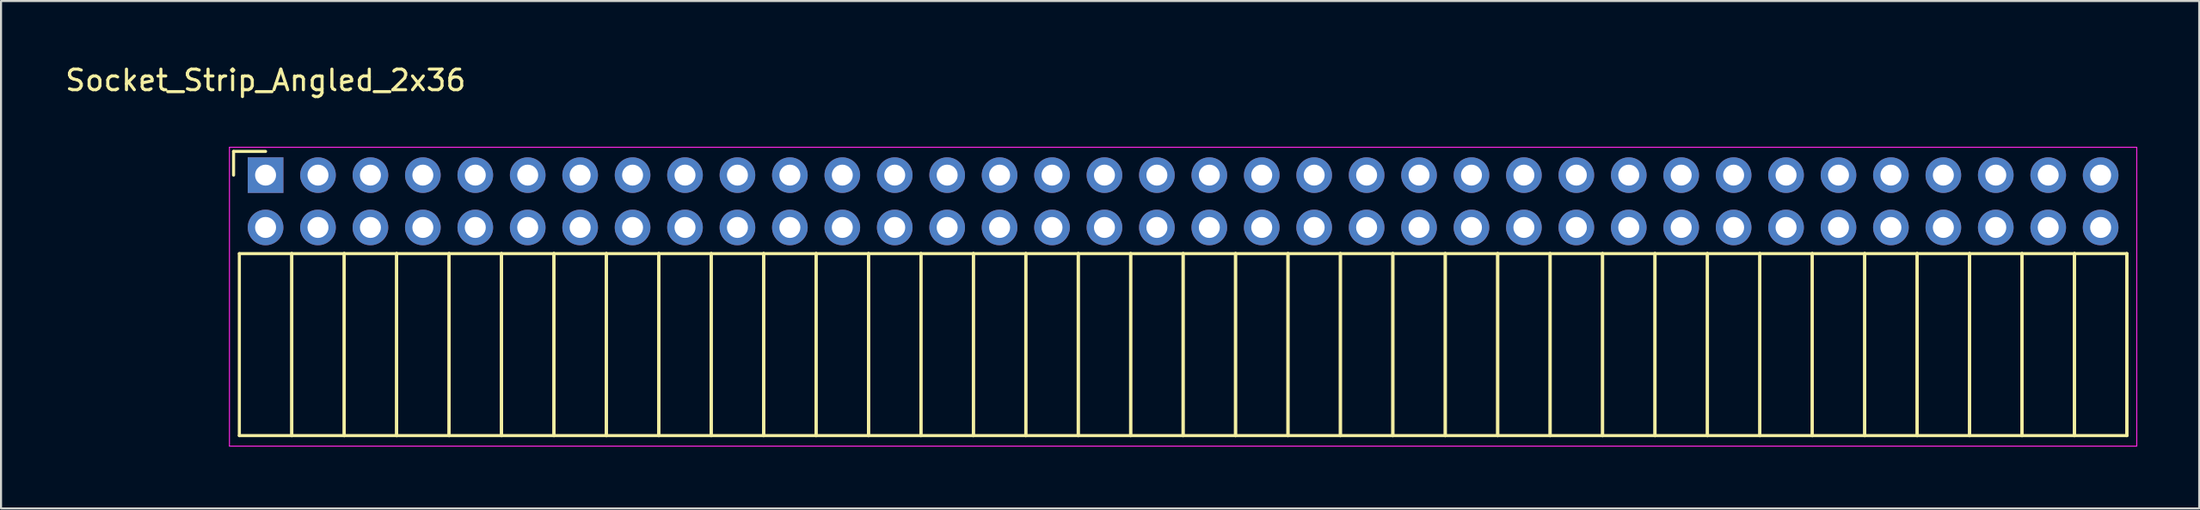
<source format=kicad_pcb>
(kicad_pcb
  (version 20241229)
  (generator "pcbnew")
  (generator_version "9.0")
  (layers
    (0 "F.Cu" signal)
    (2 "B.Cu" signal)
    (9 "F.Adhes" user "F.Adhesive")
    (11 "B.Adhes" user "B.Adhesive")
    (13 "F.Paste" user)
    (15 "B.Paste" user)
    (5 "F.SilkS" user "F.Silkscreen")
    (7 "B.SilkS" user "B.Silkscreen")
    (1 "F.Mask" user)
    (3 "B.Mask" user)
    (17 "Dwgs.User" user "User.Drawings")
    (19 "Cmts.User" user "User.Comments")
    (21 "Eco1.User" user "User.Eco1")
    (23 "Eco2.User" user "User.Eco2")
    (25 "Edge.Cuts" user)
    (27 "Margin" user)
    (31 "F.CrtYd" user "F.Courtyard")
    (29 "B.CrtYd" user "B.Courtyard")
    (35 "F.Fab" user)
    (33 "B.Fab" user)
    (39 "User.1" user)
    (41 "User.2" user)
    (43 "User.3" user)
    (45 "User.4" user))
  (footprint "Socket_Strip_Angled_2x36"
    (layer "F.Cu")
    (at 9.815 5.448)
    (property "Reference" "Socket_Strip_Angled_2x36" (at 0 -4.6 0) (layer "F.SilkS") (effects (font (size 1 1) (thickness 0.15))))
    (attr through_hole)
    (fp_line (start -1.55 -1.15) (end -1.55 0) (stroke (width 0.15) (type solid)) (layer "F.SilkS"))
    (fp_line (start -1.27 3.81) (end -1.27 12.64) (stroke (width 0.15) (type solid)) (layer "F.SilkS"))
    (fp_line (start -1.27 3.81) (end 1.27 3.81) (stroke (width 0.15) (type solid)) (layer "F.SilkS"))
    (fp_line (start -1.27 12.64) (end 1.27 12.64) (stroke (width 0.15) (type solid)) (layer "F.SilkS"))
    (fp_line (start 0 -1.15) (end -1.55 -1.15) (stroke (width 0.15) (type solid)) (layer "F.SilkS"))
    (fp_line (start 1.27 3.81) (end 1.27 12.64) (stroke (width 0.15) (type solid)) (layer "F.SilkS"))
    (fp_line (start 1.27 3.81) (end 3.81 3.81) (stroke (width 0.15) (type solid)) (layer "F.SilkS"))
    (fp_line (start 1.27 12.64) (end 1.27 3.81) (stroke (width 0.15) (type solid)) (layer "F.SilkS"))
    (fp_line (start 1.27 12.64) (end 3.81 12.64) (stroke (width 0.15) (type solid)) (layer "F.SilkS"))
    (fp_line (start 3.81 3.81) (end 3.81 12.64) (stroke (width 0.15) (type solid)) (layer "F.SilkS"))
    (fp_line (start 3.81 3.81) (end 6.35 3.81) (stroke (width 0.15) (type solid)) (layer "F.SilkS"))
    (fp_line (start 3.81 12.64) (end 3.81 3.81) (stroke (width 0.15) (type solid)) (layer "F.SilkS"))
    (fp_line (start 3.81 12.64) (end 6.35 12.64) (stroke (width 0.15) (type solid)) (layer "F.SilkS"))
    (fp_line (start 6.35 3.81) (end 6.35 12.64) (stroke (width 0.15) (type solid)) (layer "F.SilkS"))
    (fp_line (start 6.35 3.81) (end 8.89 3.81) (stroke (width 0.15) (type solid)) (layer "F.SilkS"))
    (fp_line (start 6.35 12.64) (end 6.35 3.81) (stroke (width 0.15) (type solid)) (layer "F.SilkS"))
    (fp_line (start 6.35 12.64) (end 8.89 12.64) (stroke (width 0.15) (type solid)) (layer "F.SilkS"))
    (fp_line (start 8.89 3.81) (end 8.89 12.64) (stroke (width 0.15) (type solid)) (layer "F.SilkS"))
    (fp_line (start 8.89 3.81) (end 11.43 3.81) (stroke (width 0.15) (type solid)) (layer "F.SilkS"))
    (fp_line (start 8.89 12.64) (end 8.89 3.81) (stroke (width 0.15) (type solid)) (layer "F.SilkS"))
    (fp_line (start 8.89 12.64) (end 11.43 12.64) (stroke (width 0.15) (type solid)) (layer "F.SilkS"))
    (fp_line (start 11.43 3.81) (end 11.43 12.64) (stroke (width 0.15) (type solid)) (layer "F.SilkS"))
    (fp_line (start 11.43 3.81) (end 13.97 3.81) (stroke (width 0.15) (type solid)) (layer "F.SilkS"))
    (fp_line (start 11.43 12.64) (end 11.43 3.81) (stroke (width 0.15) (type solid)) (layer "F.SilkS"))
    (fp_line (start 11.43 12.64) (end 13.97 12.64) (stroke (width 0.15) (type solid)) (layer "F.SilkS"))
    (fp_line (start 13.97 3.81) (end 13.97 12.64) (stroke (width 0.15) (type solid)) (layer "F.SilkS"))
    (fp_line (start 13.97 3.81) (end 16.51 3.81) (stroke (width 0.15) (type solid)) (layer "F.SilkS"))
    (fp_line (start 13.97 12.64) (end 13.97 3.81) (stroke (width 0.15) (type solid)) (layer "F.SilkS"))
    (fp_line (start 13.97 12.64) (end 16.51 12.64) (stroke (width 0.15) (type solid)) (layer "F.SilkS"))
    (fp_line (start 16.51 3.81) (end 16.51 12.64) (stroke (width 0.15) (type solid)) (layer "F.SilkS"))
    (fp_line (start 16.51 3.81) (end 19.05 3.81) (stroke (width 0.15) (type solid)) (layer "F.SilkS"))
    (fp_line (start 16.51 12.64) (end 16.51 3.81) (stroke (width 0.15) (type solid)) (layer "F.SilkS"))
    (fp_line (start 16.51 12.64) (end 19.05 12.64) (stroke (width 0.15) (type solid)) (layer "F.SilkS"))
    (fp_line (start 19.05 3.81) (end 19.05 12.64) (stroke (width 0.15) (type solid)) (layer "F.SilkS"))
    (fp_line (start 19.05 3.81) (end 21.59 3.81) (stroke (width 0.15) (type solid)) (layer "F.SilkS"))
    (fp_line (start 19.05 12.64) (end 19.05 3.81) (stroke (width 0.15) (type solid)) (layer "F.SilkS"))
    (fp_line (start 19.05 12.64) (end 21.59 12.64) (stroke (width 0.15) (type solid)) (layer "F.SilkS"))
    (fp_line (start 21.59 3.81) (end 21.59 12.64) (stroke (width 0.15) (type solid)) (layer "F.SilkS"))
    (fp_line (start 21.59 3.81) (end 24.13 3.81) (stroke (width 0.15) (type solid)) (layer "F.SilkS"))
    (fp_line (start 21.59 12.64) (end 21.59 3.81) (stroke (width 0.15) (type solid)) (layer "F.SilkS"))
    (fp_line (start 21.59 12.64) (end 24.13 12.64) (stroke (width 0.15) (type solid)) (layer "F.SilkS"))
    (fp_line (start 24.13 3.81) (end 24.13 12.64) (stroke (width 0.15) (type solid)) (layer "F.SilkS"))
    (fp_line (start 24.13 3.81) (end 26.67 3.81) (stroke (width 0.15) (type solid)) (layer "F.SilkS"))
    (fp_line (start 24.13 12.64) (end 24.13 3.81) (stroke (width 0.15) (type solid)) (layer "F.SilkS"))
    (fp_line (start 24.13 12.64) (end 26.67 12.64) (stroke (width 0.15) (type solid)) (layer "F.SilkS"))
    (fp_line (start 26.67 3.81) (end 26.67 12.64) (stroke (width 0.15) (type solid)) (layer "F.SilkS"))
    (fp_line (start 26.67 3.81) (end 29.21 3.81) (stroke (width 0.15) (type solid)) (layer "F.SilkS"))
    (fp_line (start 26.67 12.64) (end 26.67 3.81) (stroke (width 0.15) (type solid)) (layer "F.SilkS"))
    (fp_line (start 26.67 12.64) (end 29.21 12.64) (stroke (width 0.15) (type solid)) (layer "F.SilkS"))
    (fp_line (start 29.21 3.81) (end 29.21 12.64) (stroke (width 0.15) (type solid)) (layer "F.SilkS"))
    (fp_line (start 29.21 3.81) (end 31.75 3.81) (stroke (width 0.15) (type solid)) (layer "F.SilkS"))
    (fp_line (start 29.21 12.64) (end 29.21 3.81) (stroke (width 0.15) (type solid)) (layer "F.SilkS"))
    (fp_line (start 29.21 12.64) (end 31.75 12.64) (stroke (width 0.15) (type solid)) (layer "F.SilkS"))
    (fp_line (start 31.75 3.81) (end 31.75 12.64) (stroke (width 0.15) (type solid)) (layer "F.SilkS"))
    (fp_line (start 31.75 3.81) (end 34.29 3.81) (stroke (width 0.15) (type solid)) (layer "F.SilkS"))
    (fp_line (start 31.75 12.64) (end 31.75 3.81) (stroke (width 0.15) (type solid)) (layer "F.SilkS"))
    (fp_line (start 31.75 12.64) (end 34.29 12.64) (stroke (width 0.15) (type solid)) (layer "F.SilkS"))
    (fp_line (start 34.29 3.81) (end 34.29 12.64) (stroke (width 0.15) (type solid)) (layer "F.SilkS"))
    (fp_line (start 34.29 3.81) (end 36.83 3.81) (stroke (width 0.15) (type solid)) (layer "F.SilkS"))
    (fp_line (start 34.29 12.64) (end 34.29 3.81) (stroke (width 0.15) (type solid)) (layer "F.SilkS"))
    (fp_line (start 34.29 12.64) (end 36.83 12.64) (stroke (width 0.15) (type solid)) (layer "F.SilkS"))
    (fp_line (start 36.83 3.81) (end 36.83 12.64) (stroke (width 0.15) (type solid)) (layer "F.SilkS"))
    (fp_line (start 36.83 3.81) (end 39.37 3.81) (stroke (width 0.15) (type solid)) (layer "F.SilkS"))
    (fp_line (start 36.83 12.64) (end 36.83 3.81) (stroke (width 0.15) (type solid)) (layer "F.SilkS"))
    (fp_line (start 36.83 12.64) (end 39.37 12.64) (stroke (width 0.15) (type solid)) (layer "F.SilkS"))
    (fp_line (start 39.37 3.81) (end 39.37 12.64) (stroke (width 0.15) (type solid)) (layer "F.SilkS"))
    (fp_line (start 39.37 3.81) (end 41.91 3.81) (stroke (width 0.15) (type solid)) (layer "F.SilkS"))
    (fp_line (start 39.37 12.64) (end 39.37 3.81) (stroke (width 0.15) (type solid)) (layer "F.SilkS"))
    (fp_line (start 39.37 12.64) (end 41.91 12.64) (stroke (width 0.15) (type solid)) (layer "F.SilkS"))
    (fp_line (start 41.91 3.81) (end 41.91 12.64) (stroke (width 0.15) (type solid)) (layer "F.SilkS"))
    (fp_line (start 41.91 3.81) (end 44.45 3.81) (stroke (width 0.15) (type solid)) (layer "F.SilkS"))
    (fp_line (start 41.91 12.64) (end 41.91 3.81) (stroke (width 0.15) (type solid)) (layer "F.SilkS"))
    (fp_line (start 41.91 12.64) (end 44.45 12.64) (stroke (width 0.15) (type solid)) (layer "F.SilkS"))
    (fp_line (start 44.45 3.81) (end 44.45 12.64) (stroke (width 0.15) (type solid)) (layer "F.SilkS"))
    (fp_line (start 44.45 3.81) (end 46.99 3.81) (stroke (width 0.15) (type solid)) (layer "F.SilkS"))
    (fp_line (start 44.45 12.64) (end 44.45 3.81) (stroke (width 0.15) (type solid)) (layer "F.SilkS"))
    (fp_line (start 44.45 12.64) (end 46.99 12.64) (stroke (width 0.15) (type solid)) (layer "F.SilkS"))
    (fp_line (start 46.99 3.81) (end 46.99 12.64) (stroke (width 0.15) (type solid)) (layer "F.SilkS"))
    (fp_line (start 46.99 3.81) (end 49.53 3.81) (stroke (width 0.15) (type solid)) (layer "F.SilkS"))
    (fp_line (start 46.99 12.64) (end 46.99 3.81) (stroke (width 0.15) (type solid)) (layer "F.SilkS"))
    (fp_line (start 46.99 12.64) (end 49.53 12.64) (stroke (width 0.15) (type solid)) (layer "F.SilkS"))
    (fp_line (start 49.53 3.81) (end 49.53 12.64) (stroke (width 0.15) (type solid)) (layer "F.SilkS"))
    (fp_line (start 49.53 3.81) (end 52.07 3.81) (stroke (width 0.15) (type solid)) (layer "F.SilkS"))
    (fp_line (start 49.53 12.64) (end 49.53 3.81) (stroke (width 0.15) (type solid)) (layer "F.SilkS"))
    (fp_line (start 49.53 12.64) (end 52.07 12.64) (stroke (width 0.15) (type solid)) (layer "F.SilkS"))
    (fp_line (start 52.07 3.81) (end 52.07 12.64) (stroke (width 0.15) (type solid)) (layer "F.SilkS"))
    (fp_line (start 52.07 3.81) (end 54.61 3.81) (stroke (width 0.15) (type solid)) (layer "F.SilkS"))
    (fp_line (start 52.07 12.64) (end 52.07 3.81) (stroke (width 0.15) (type solid)) (layer "F.SilkS"))
    (fp_line (start 52.07 12.64) (end 54.61 12.64) (stroke (width 0.15) (type solid)) (layer "F.SilkS"))
    (fp_line (start 54.61 3.81) (end 54.61 12.64) (stroke (width 0.15) (type solid)) (layer "F.SilkS"))
    (fp_line (start 54.61 3.81) (end 57.15 3.81) (stroke (width 0.15) (type solid)) (layer "F.SilkS"))
    (fp_line (start 54.61 12.64) (end 54.61 3.81) (stroke (width 0.15) (type solid)) (layer "F.SilkS"))
    (fp_line (start 54.61 12.64) (end 57.15 12.64) (stroke (width 0.15) (type solid)) (layer "F.SilkS"))
    (fp_line (start 57.15 3.81) (end 57.15 12.64) (stroke (width 0.15) (type solid)) (layer "F.SilkS"))
    (fp_line (start 57.15 3.81) (end 59.69 3.81) (stroke (width 0.15) (type solid)) (layer "F.SilkS"))
    (fp_line (start 57.15 12.64) (end 57.15 3.81) (stroke (width 0.15) (type solid)) (layer "F.SilkS"))
    (fp_line (start 57.15 12.64) (end 59.69 12.64) (stroke (width 0.15) (type solid)) (layer "F.SilkS"))
    (fp_line (start 59.69 3.81) (end 59.69 12.64) (stroke (width 0.15) (type solid)) (layer "F.SilkS"))
    (fp_line (start 59.69 3.81) (end 62.23 3.81) (stroke (width 0.15) (type solid)) (layer "F.SilkS"))
    (fp_line (start 59.69 12.64) (end 59.69 3.81) (stroke (width 0.15) (type solid)) (layer "F.SilkS"))
    (fp_line (start 59.69 12.64) (end 62.23 12.64) (stroke (width 0.15) (type solid)) (layer "F.SilkS"))
    (fp_line (start 62.23 3.81) (end 62.23 12.64) (stroke (width 0.15) (type solid)) (layer "F.SilkS"))
    (fp_line (start 62.23 3.81) (end 64.77 3.81) (stroke (width 0.15) (type solid)) (layer "F.SilkS"))
    (fp_line (start 62.23 12.64) (end 62.23 3.81) (stroke (width 0.15) (type solid)) (layer "F.SilkS"))
    (fp_line (start 62.23 12.64) (end 64.77 12.64) (stroke (width 0.15) (type solid)) (layer "F.SilkS"))
    (fp_line (start 64.77 3.81) (end 64.77 12.64) (stroke (width 0.15) (type solid)) (layer "F.SilkS"))
    (fp_line (start 64.77 3.81) (end 67.31 3.81) (stroke (width 0.15) (type solid)) (layer "F.SilkS"))
    (fp_line (start 64.77 12.64) (end 64.77 3.81) (stroke (width 0.15) (type solid)) (layer "F.SilkS"))
    (fp_line (start 64.77 12.64) (end 67.31 12.64) (stroke (width 0.15) (type solid)) (layer "F.SilkS"))
    (fp_line (start 67.31 3.81) (end 67.31 12.64) (stroke (width 0.15) (type solid)) (layer "F.SilkS"))
    (fp_line (start 67.31 3.81) (end 69.85 3.81) (stroke (width 0.15) (type solid)) (layer "F.SilkS"))
    (fp_line (start 67.31 12.64) (end 67.31 3.81) (stroke (width 0.15) (type solid)) (layer "F.SilkS"))
    (fp_line (start 67.31 12.64) (end 69.85 12.64) (stroke (width 0.15) (type solid)) (layer "F.SilkS"))
    (fp_line (start 69.85 3.81) (end 69.85 12.64) (stroke (width 0.15) (type solid)) (layer "F.SilkS"))
    (fp_line (start 69.85 3.81) (end 72.39 3.81) (stroke (width 0.15) (type solid)) (layer "F.SilkS"))
    (fp_line (start 69.85 12.64) (end 69.85 3.81) (stroke (width 0.15) (type solid)) (layer "F.SilkS"))
    (fp_line (start 69.85 12.64) (end 72.39 12.64) (stroke (width 0.15) (type solid)) (layer "F.SilkS"))
    (fp_line (start 72.39 3.81) (end 72.39 12.64) (stroke (width 0.15) (type solid)) (layer "F.SilkS"))
    (fp_line (start 72.39 3.81) (end 74.93 3.81) (stroke (width 0.15) (type solid)) (layer "F.SilkS"))
    (fp_line (start 72.39 12.64) (end 72.39 3.81) (stroke (width 0.15) (type solid)) (layer "F.SilkS"))
    (fp_line (start 72.39 12.64) (end 74.93 12.64) (stroke (width 0.15) (type solid)) (layer "F.SilkS"))
    (fp_line (start 74.93 3.81) (end 74.93 12.64) (stroke (width 0.15) (type solid)) (layer "F.SilkS"))
    (fp_line (start 74.93 3.81) (end 77.47 3.81) (stroke (width 0.15) (type solid)) (layer "F.SilkS"))
    (fp_line (start 74.93 12.64) (end 74.93 3.81) (stroke (width 0.15) (type solid)) (layer "F.SilkS"))
    (fp_line (start 74.93 12.64) (end 77.47 12.64) (stroke (width 0.15) (type solid)) (layer "F.SilkS"))
    (fp_line (start 77.47 3.81) (end 77.47 12.64) (stroke (width 0.15) (type solid)) (layer "F.SilkS"))
    (fp_line (start 77.47 3.81) (end 80.01 3.81) (stroke (width 0.15) (type solid)) (layer "F.SilkS"))
    (fp_line (start 77.47 12.64) (end 77.47 3.81) (stroke (width 0.15) (type solid)) (layer "F.SilkS"))
    (fp_line (start 77.47 12.64) (end 80.01 12.64) (stroke (width 0.15) (type solid)) (layer "F.SilkS"))
    (fp_line (start 80.01 3.81) (end 80.01 12.64) (stroke (width 0.15) (type solid)) (layer "F.SilkS"))
    (fp_line (start 80.01 3.81) (end 82.55 3.81) (stroke (width 0.15) (type solid)) (layer "F.SilkS"))
    (fp_line (start 80.01 12.64) (end 80.01 3.81) (stroke (width 0.15) (type solid)) (layer "F.SilkS"))
    (fp_line (start 80.01 12.64) (end 82.55 12.64) (stroke (width 0.15) (type solid)) (layer "F.SilkS"))
    (fp_line (start 82.55 3.81) (end 82.55 12.64) (stroke (width 0.15) (type solid)) (layer "F.SilkS"))
    (fp_line (start 82.55 3.81) (end 85.09 3.81) (stroke (width 0.15) (type solid)) (layer "F.SilkS"))
    (fp_line (start 82.55 12.64) (end 82.55 3.81) (stroke (width 0.15) (type solid)) (layer "F.SilkS"))
    (fp_line (start 82.55 12.64) (end 85.09 12.64) (stroke (width 0.15) (type solid)) (layer "F.SilkS"))
    (fp_line (start 85.09 3.81) (end 85.09 12.64) (stroke (width 0.15) (type solid)) (layer "F.SilkS"))
    (fp_line (start 85.09 3.81) (end 87.63 3.81) (stroke (width 0.15) (type solid)) (layer "F.SilkS"))
    (fp_line (start 85.09 12.64) (end 85.09 3.81) (stroke (width 0.15) (type solid)) (layer "F.SilkS"))
    (fp_line (start 85.09 12.64) (end 87.63 12.64) (stroke (width 0.15) (type solid)) (layer "F.SilkS"))
    (fp_line (start 87.63 3.81) (end 87.63 12.64) (stroke (width 0.15) (type solid)) (layer "F.SilkS"))
    (fp_line (start 87.63 3.81) (end 90.17 3.81) (stroke (width 0.15) (type solid)) (layer "F.SilkS"))
    (fp_line (start 87.63 12.64) (end 87.63 3.81) (stroke (width 0.15) (type solid)) (layer "F.SilkS"))
    (fp_line (start 87.63 12.64) (end 90.17 12.64) (stroke (width 0.15) (type solid)) (layer "F.SilkS"))
    (fp_line (start 90.17 3.81) (end 90.17 12.64) (stroke (width 0.15) (type solid)) (layer "F.SilkS"))
    (fp_line (start 90.17 12.64) (end 90.17 3.81) (stroke (width 0.15) (type solid)) (layer "F.SilkS"))
    (fp_line (start -1.75 -1.35) (end -1.75 13.15) (stroke (width 0.05) (type solid)) (layer "F.CrtYd"))
    (fp_line (start -1.75 -1.35) (end 90.65 -1.35) (stroke (width 0.05) (type solid)) (layer "F.CrtYd"))
    (fp_line (start -1.75 13.15) (end 90.65 13.15) (stroke (width 0.05) (type solid)) (layer "F.CrtYd"))
    (fp_line (start 90.65 -1.35) (end 90.65 13.15) (stroke (width 0.05) (type solid)) (layer "F.CrtYd"))
    (pad "1" thru_hole rect (at 0 0) (size 1.727 1.727) (drill 1.016) (layers "*.Cu" "*.Mask"))
    (pad "2" thru_hole oval (at 0 2.54) (size 1.727 1.727) (drill 1.016) (layers "*.Cu" "*.Mask"))
    (pad "3" thru_hole oval (at 2.54 0) (size 1.727 1.727) (drill 1.016) (layers "*.Cu" "*.Mask"))
    (pad "4" thru_hole oval (at 2.54 2.54) (size 1.727 1.727) (drill 1.016) (layers "*.Cu" "*.Mask"))
    (pad "5" thru_hole oval (at 5.08 0) (size 1.727 1.727) (drill 1.016) (layers "*.Cu" "*.Mask"))
    (pad "6" thru_hole oval (at 5.08 2.54) (size 1.727 1.727) (drill 1.016) (layers "*.Cu" "*.Mask"))
    (pad "7" thru_hole oval (at 7.62 0) (size 1.727 1.727) (drill 1.016) (layers "*.Cu" "*.Mask"))
    (pad "8" thru_hole oval (at 7.62 2.54) (size 1.727 1.727) (drill 1.016) (layers "*.Cu" "*.Mask"))
    (pad "9" thru_hole oval (at 10.16 0) (size 1.727 1.727) (drill 1.016) (layers "*.Cu" "*.Mask"))
    (pad "10" thru_hole oval (at 10.16 2.54) (size 1.727 1.727) (drill 1.016) (layers "*.Cu" "*.Mask"))
    (pad "11" thru_hole oval (at 12.7 0) (size 1.727 1.727) (drill 1.016) (layers "*.Cu" "*.Mask"))
    (pad "12" thru_hole oval (at 12.7 2.54) (size 1.727 1.727) (drill 1.016) (layers "*.Cu" "*.Mask"))
    (pad "13" thru_hole oval (at 15.24 0) (size 1.727 1.727) (drill 1.016) (layers "*.Cu" "*.Mask"))
    (pad "14" thru_hole oval (at 15.24 2.54) (size 1.727 1.727) (drill 1.016) (layers "*.Cu" "*.Mask"))
    (pad "15" thru_hole oval (at 17.78 0) (size 1.727 1.727) (drill 1.016) (layers "*.Cu" "*.Mask"))
    (pad "16" thru_hole oval (at 17.78 2.54) (size 1.727 1.727) (drill 1.016) (layers "*.Cu" "*.Mask"))
    (pad "17" thru_hole oval (at 20.32 0) (size 1.727 1.727) (drill 1.016) (layers "*.Cu" "*.Mask"))
    (pad "18" thru_hole oval (at 20.32 2.54) (size 1.727 1.727) (drill 1.016) (layers "*.Cu" "*.Mask"))
    (pad "19" thru_hole oval (at 22.86 0) (size 1.727 1.727) (drill 1.016) (layers "*.Cu" "*.Mask"))
    (pad "20" thru_hole oval (at 22.86 2.54) (size 1.727 1.727) (drill 1.016) (layers "*.Cu" "*.Mask"))
    (pad "21" thru_hole oval (at 25.4 0) (size 1.727 1.727) (drill 1.016) (layers "*.Cu" "*.Mask"))
    (pad "22" thru_hole oval (at 25.4 2.54) (size 1.727 1.727) (drill 1.016) (layers "*.Cu" "*.Mask"))
    (pad "23" thru_hole oval (at 27.94 0) (size 1.727 1.727) (drill 1.016) (layers "*.Cu" "*.Mask"))
    (pad "24" thru_hole oval (at 27.94 2.54) (size 1.727 1.727) (drill 1.016) (layers "*.Cu" "*.Mask"))
    (pad "25" thru_hole oval (at 30.48 0) (size 1.727 1.727) (drill 1.016) (layers "*.Cu" "*.Mask"))
    (pad "26" thru_hole oval (at 30.48 2.54) (size 1.727 1.727) (drill 1.016) (layers "*.Cu" "*.Mask"))
    (pad "27" thru_hole oval (at 33.02 0) (size 1.727 1.727) (drill 1.016) (layers "*.Cu" "*.Mask"))
    (pad "28" thru_hole oval (at 33.02 2.54) (size 1.727 1.727) (drill 1.016) (layers "*.Cu" "*.Mask"))
    (pad "29" thru_hole oval (at 35.56 0) (size 1.727 1.727) (drill 1.016) (layers "*.Cu" "*.Mask"))
    (pad "30" thru_hole oval (at 35.56 2.54) (size 1.727 1.727) (drill 1.016) (layers "*.Cu" "*.Mask"))
    (pad "31" thru_hole oval (at 38.1 0) (size 1.727 1.727) (drill 1.016) (layers "*.Cu" "*.Mask"))
    (pad "32" thru_hole oval (at 38.1 2.54) (size 1.727 1.727) (drill 1.016) (layers "*.Cu" "*.Mask"))
    (pad "33" thru_hole oval (at 40.64 0) (size 1.727 1.727) (drill 1.016) (layers "*.Cu" "*.Mask"))
    (pad "34" thru_hole oval (at 40.64 2.54) (size 1.727 1.727) (drill 1.016) (layers "*.Cu" "*.Mask"))
    (pad "35" thru_hole oval (at 43.18 0) (size 1.727 1.727) (drill 1.016) (layers "*.Cu" "*.Mask"))
    (pad "36" thru_hole oval (at 43.18 2.54) (size 1.727 1.727) (drill 1.016) (layers "*.Cu" "*.Mask"))
    (pad "37" thru_hole oval (at 45.72 0) (size 1.727 1.727) (drill 1.016) (layers "*.Cu" "*.Mask"))
    (pad "38" thru_hole oval (at 45.72 2.54) (size 1.727 1.727) (drill 1.016) (layers "*.Cu" "*.Mask"))
    (pad "39" thru_hole oval (at 48.26 0) (size 1.727 1.727) (drill 1.016) (layers "*.Cu" "*.Mask"))
    (pad "40" thru_hole oval (at 48.26 2.54) (size 1.727 1.727) (drill 1.016) (layers "*.Cu" "*.Mask"))
    (pad "41" thru_hole oval (at 50.8 0) (size 1.727 1.727) (drill 1.016) (layers "*.Cu" "*.Mask"))
    (pad "42" thru_hole oval (at 50.8 2.54) (size 1.727 1.727) (drill 1.016) (layers "*.Cu" "*.Mask"))
    (pad "43" thru_hole oval (at 53.34 0) (size 1.727 1.727) (drill 1.016) (layers "*.Cu" "*.Mask"))
    (pad "44" thru_hole oval (at 53.34 2.54) (size 1.727 1.727) (drill 1.016) (layers "*.Cu" "*.Mask"))
    (pad "45" thru_hole oval (at 55.88 0) (size 1.727 1.727) (drill 1.016) (layers "*.Cu" "*.Mask"))
    (pad "46" thru_hole oval (at 55.88 2.54) (size 1.727 1.727) (drill 1.016) (layers "*.Cu" "*.Mask"))
    (pad "47" thru_hole oval (at 58.42 0) (size 1.727 1.727) (drill 1.016) (layers "*.Cu" "*.Mask"))
    (pad "48" thru_hole oval (at 58.42 2.54) (size 1.727 1.727) (drill 1.016) (layers "*.Cu" "*.Mask"))
    (pad "49" thru_hole oval (at 60.96 0) (size 1.727 1.727) (drill 1.016) (layers "*.Cu" "*.Mask"))
    (pad "50" thru_hole oval (at 60.96 2.54) (size 1.727 1.727) (drill 1.016) (layers "*.Cu" "*.Mask"))
    (pad "51" thru_hole oval (at 63.5 0) (size 1.727 1.727) (drill 1.016) (layers "*.Cu" "*.Mask"))
    (pad "52" thru_hole oval (at 63.5 2.54) (size 1.727 1.727) (drill 1.016) (layers "*.Cu" "*.Mask"))
    (pad "53" thru_hole oval (at 66.04 0) (size 1.727 1.727) (drill 1.016) (layers "*.Cu" "*.Mask"))
    (pad "54" thru_hole oval (at 66.04 2.54) (size 1.727 1.727) (drill 1.016) (layers "*.Cu" "*.Mask"))
    (pad "55" thru_hole oval (at 68.58 0) (size 1.727 1.727) (drill 1.016) (layers "*.Cu" "*.Mask"))
    (pad "56" thru_hole oval (at 68.58 2.54) (size 1.727 1.727) (drill 1.016) (layers "*.Cu" "*.Mask"))
    (pad "57" thru_hole oval (at 71.12 0) (size 1.727 1.727) (drill 1.016) (layers "*.Cu" "*.Mask"))
    (pad "58" thru_hole oval (at 71.12 2.54) (size 1.727 1.727) (drill 1.016) (layers "*.Cu" "*.Mask"))
    (pad "59" thru_hole oval (at 73.66 0) (size 1.727 1.727) (drill 1.016) (layers "*.Cu" "*.Mask"))
    (pad "60" thru_hole oval (at 73.66 2.54) (size 1.727 1.727) (drill 1.016) (layers "*.Cu" "*.Mask"))
    (pad "61" thru_hole oval (at 76.2 0) (size 1.727 1.727) (drill 1.016) (layers "*.Cu" "*.Mask"))
    (pad "62" thru_hole oval (at 76.2 2.54) (size 1.727 1.727) (drill 1.016) (layers "*.Cu" "*.Mask"))
    (pad "63" thru_hole oval (at 78.74 0) (size 1.727 1.727) (drill 1.016) (layers "*.Cu" "*.Mask"))
    (pad "64" thru_hole oval (at 78.74 2.54) (size 1.727 1.727) (drill 1.016) (layers "*.Cu" "*.Mask"))
    (pad "65" thru_hole oval (at 81.28 0) (size 1.727 1.727) (drill 1.016) (layers "*.Cu" "*.Mask"))
    (pad "66" thru_hole oval (at 81.28 2.54) (size 1.727 1.727) (drill 1.016) (layers "*.Cu" "*.Mask"))
    (pad "67" thru_hole oval (at 83.82 0) (size 1.727 1.727) (drill 1.016) (layers "*.Cu" "*.Mask"))
    (pad "68" thru_hole oval (at 83.82 2.54) (size 1.727 1.727) (drill 1.016) (layers "*.Cu" "*.Mask"))
    (pad "69" thru_hole oval (at 86.36 0) (size 1.727 1.727) (drill 1.016) (layers "*.Cu" "*.Mask"))
    (pad "70" thru_hole oval (at 86.36 2.54) (size 1.727 1.727) (drill 1.016) (layers "*.Cu" "*.Mask"))
    (pad "71" thru_hole oval (at 88.9 0) (size 1.727 1.727) (drill 1.016) (layers "*.Cu" "*.Mask"))
    (pad "72" thru_hole oval (at 88.9 2.54) (size 1.727 1.727) (drill 1.016) (layers "*.Cu" "*.Mask")))
  (gr_rect
    (start -3 -3)
    (end 103.49 21.623)
    (stroke (width 0.1) (type default))
    (fill no)
    (layer "Edge.Cuts")))
</source>
